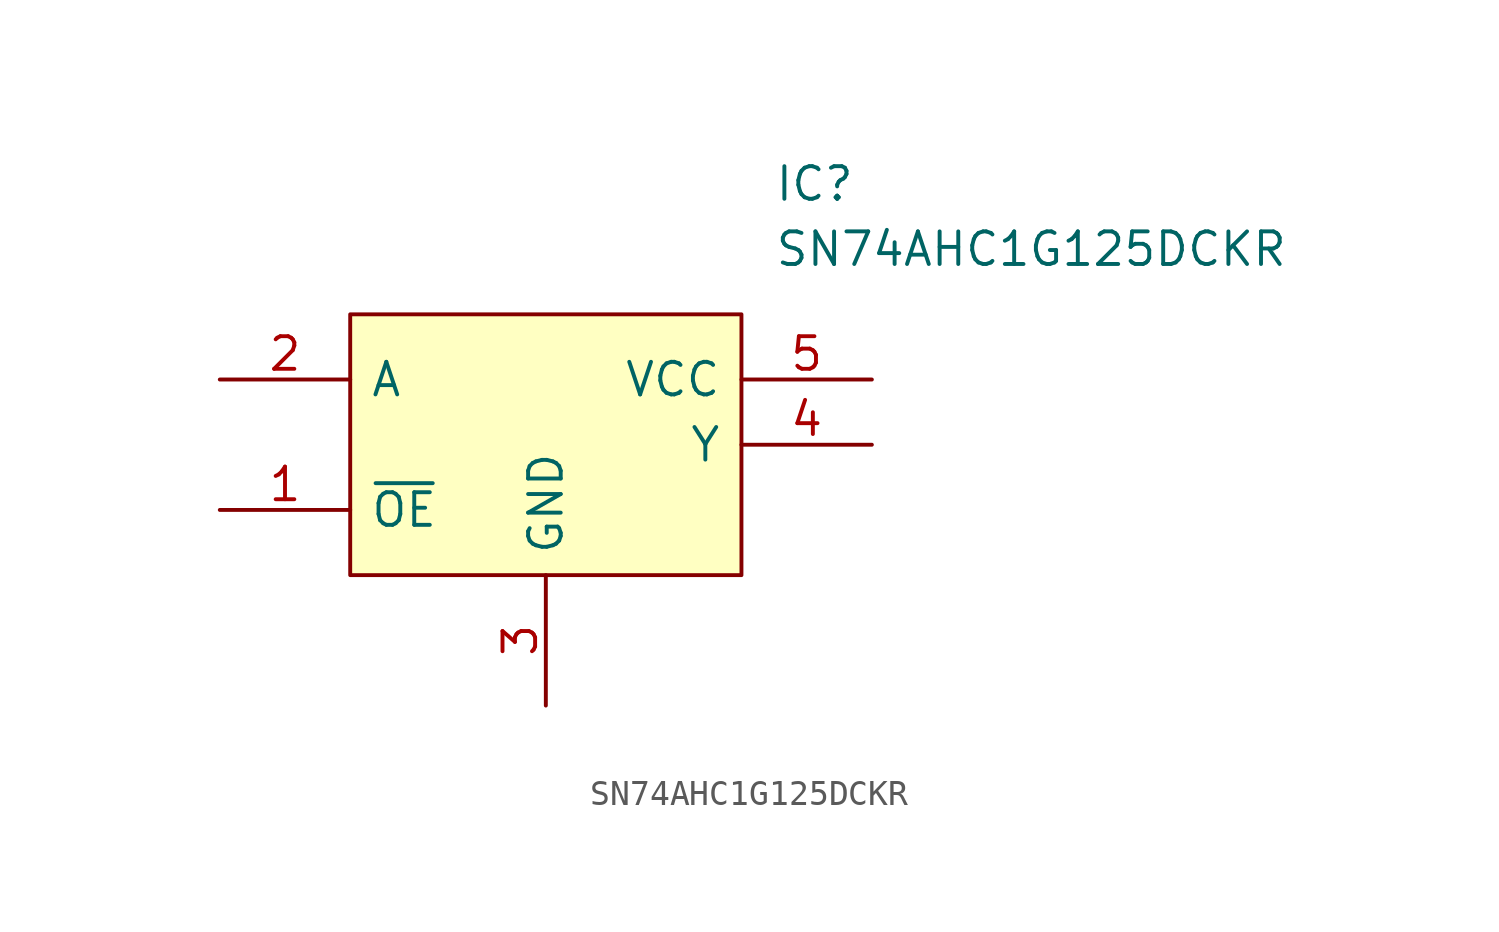
<source format=kicad_sym>
(kicad_symbol_lib
  (version 20211014)
  (generator kicad_symbol_editor)
  (symbol "SN74AHC1G125DCKR"
    (pin_names
      (offset 0.762))
    (property "Reference" "IC"
      (at 21.59 7.62 0)
      (effects (font (size 1.27 1.27)) (justify left)))
    (property "Value" "SN74AHC1G125DCKR"
      (at 21.59 5.08 0)
      (effects (font (size 1.27 1.27)) (justify left)))
    (symbol "SN74AHC1G125DCKR_0_0"
      (pin passive line (at 0 -5.08 0) (length 5.08) (name "~{OE}" (effects (font (size 1.27 1.27)))) (number "1" (effects (font (size 1.27 1.27)))))
      (pin passive line (at 0 0 0) (length 5.08) (name "A" (effects (font (size 1.27 1.27)))) (number "2" (effects (font (size 1.27 1.27)))))
      (pin passive line (at 12.7 -12.7 90) (length 5.08) (name "GND" (effects (font (size 1.27 1.27)))) (number "3" (effects (font (size 1.27 1.27)))))
      (pin passive line (at 25.4 -2.54 180) (length 5.08) (name "Y" (effects (font (size 1.27 1.27)))) (number "4" (effects (font (size 1.27 1.27)))))
      (pin passive line (at 25.4 0 180) (length 5.08) (name "VCC" (effects (font (size 1.27 1.27)))) (number "5" (effects (font (size 1.27 1.27))))))
    (symbol "SN74AHC1G125DCKR_0_1"
      (polyline (pts (xy 5.08 2.54) (xy 20.32 2.54) (xy 20.32 -7.62) (xy 5.08 -7.62) (xy 5.08 2.54)) (stroke (width 0.152) (type default) (color 0 0 0 0)) (fill (type background))))))
</source>
